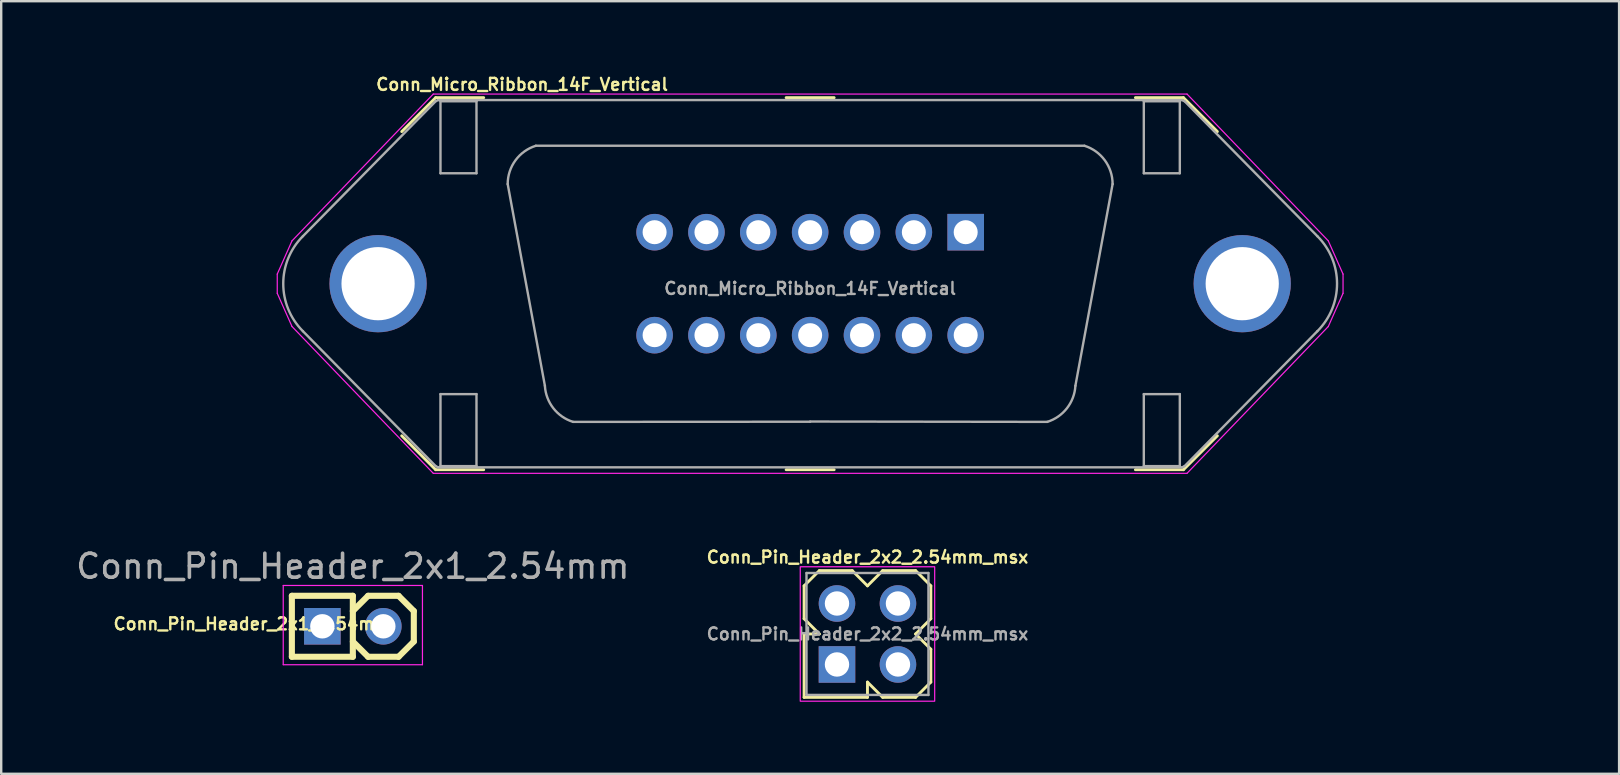
<source format=kicad_pcb>
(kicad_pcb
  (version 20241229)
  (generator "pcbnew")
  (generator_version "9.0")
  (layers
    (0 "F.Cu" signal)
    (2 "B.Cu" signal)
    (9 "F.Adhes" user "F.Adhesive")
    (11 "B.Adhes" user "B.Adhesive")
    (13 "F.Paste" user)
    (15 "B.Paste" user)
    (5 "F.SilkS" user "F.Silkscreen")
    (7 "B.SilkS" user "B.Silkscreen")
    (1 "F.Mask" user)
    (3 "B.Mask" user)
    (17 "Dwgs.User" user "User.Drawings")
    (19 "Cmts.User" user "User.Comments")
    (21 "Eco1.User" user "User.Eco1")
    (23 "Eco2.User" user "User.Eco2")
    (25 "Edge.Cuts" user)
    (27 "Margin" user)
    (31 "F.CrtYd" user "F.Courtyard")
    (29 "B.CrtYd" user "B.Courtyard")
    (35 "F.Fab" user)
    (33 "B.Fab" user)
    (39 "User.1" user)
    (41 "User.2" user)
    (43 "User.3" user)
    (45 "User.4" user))
  (footprint "Conn_Micro_Ribbon_14F_Vertical"
    (layer "F.Cu")
    (at 30.7 8.768)
    (property "Reference" "Conn_Micro_Ribbon_14F_Vertical" (at -12 -8.3 0) (layer "F.SilkS") (effects (font (size 0.5 0.5) (thickness 0.1))))
    (attr through_hole)
    (fp_line (start -15.6 -7.75) (end -17.014 -6.336) (stroke (width 0.12) (type solid)) (layer "F.SilkS"))
    (fp_line (start -15.6 -7.75) (end -13.6 -7.75) (stroke (width 0.12) (type solid)) (layer "F.SilkS"))
    (fp_line (start -15.6 7.75) (end -17.014 6.336) (stroke (width 0.12) (type solid)) (layer "F.SilkS"))
    (fp_line (start -15.6 7.75) (end -13.6 7.75) (stroke (width 0.12) (type solid)) (layer "F.SilkS"))
    (fp_line (start -1 -7.75) (end 1 -7.75) (stroke (width 0.12) (type solid)) (layer "F.SilkS"))
    (fp_line (start -1 7.75) (end 1 7.75) (stroke (width 0.12) (type solid)) (layer "F.SilkS"))
    (fp_line (start 15.55 -7.75) (end 13.55 -7.75) (stroke (width 0.12) (type solid)) (layer "F.SilkS"))
    (fp_line (start 15.55 -7.75) (end 16.964 -6.336) (stroke (width 0.12) (type solid)) (layer "F.SilkS"))
    (fp_line (start 15.55 7.75) (end 13.55 7.75) (stroke (width 0.12) (type solid)) (layer "F.SilkS"))
    (fp_line (start 15.55 7.75) (end 16.964 6.336) (stroke (width 0.12) (type solid)) (layer "F.SilkS"))
    (fp_line (start -30.65 -0.05) (end -25.35 -5.35) (stroke (width 0.1) (type solid)) (layer "Eco1.User"))
    (fp_line (start -30.65 0.05) (end -30.65 -0.05) (stroke (width 0.1) (type solid)) (layer "Eco1.User"))
    (fp_line (start -30.65 0.05) (end -25.35 5.35) (stroke (width 0.1) (type solid)) (layer "Eco1.User"))
    (fp_line (start -30.45 -0.05) (end -30.375 -0.125) (stroke (width 0.1) (type solid)) (layer "Eco1.User"))
    (fp_line (start -30.45 0.05) (end -30.45 -0.05) (stroke (width 0.1) (type solid)) (layer "Eco1.User"))
    (fp_line (start -30.375 -0.125) (end -25.35 -5.15) (stroke (width 0.1) (type solid)) (layer "Eco1.User"))
    (fp_line (start -30.375 0.125) (end -30.45 0.05) (stroke (width 0.1) (type solid)) (layer "Eco1.User"))
    (fp_line (start -30.375 0.125) (end -25.35 5.15) (stroke (width 0.1) (type solid)) (layer "Eco1.User"))
    (fp_line (start -25.35 -5.35) (end -25.276 -5.374) (stroke (width 0.1) (type solid)) (layer "Eco1.User"))
    (fp_line (start -25.35 -5.15) (end -25.276 -5.174) (stroke (width 0.1) (type solid)) (layer "Eco1.User"))
    (fp_line (start -25.35 5.15) (end -25.276 5.174) (stroke (width 0.1) (type solid)) (layer "Eco1.User"))
    (fp_line (start -25.35 5.35) (end -25.276 5.374) (stroke (width 0.1) (type solid)) (layer "Eco1.User"))
    (fp_line (start -25.276 -5.374) (end -25.176 -5.374) (stroke (width 0.1) (type solid)) (layer "Eco1.User"))
    (fp_line (start -25.276 -5.174) (end -25.176 -5.174) (stroke (width 0.1) (type solid)) (layer "Eco1.User"))
    (fp_line (start -25.276 5.174) (end -25.176 5.174) (stroke (width 0.1) (type solid)) (layer "Eco1.User"))
    (fp_line (start -25.276 5.374) (end -25.176 5.374) (stroke (width 0.1) (type solid)) (layer "Eco1.User"))
    (fp_line (start -25.176 -5.374) (end -25.1 -5.35) (stroke (width 0.1) (type solid)) (layer "Eco1.User"))
    (fp_line (start -25.176 -5.174) (end -25.1 -5.15) (stroke (width 0.1) (type solid)) (layer "Eco1.User"))
    (fp_line (start -25.176 5.174) (end -25.1 5.15) (stroke (width 0.1) (type solid)) (layer "Eco1.User"))
    (fp_line (start -25.176 5.374) (end -25.1 5.35) (stroke (width 0.1) (type solid)) (layer "Eco1.User"))
    (fp_line (start -22.2 -2.45) (end -25.1 -5.35) (stroke (width 0.1) (type solid)) (layer "Eco1.User"))
    (fp_line (start -22.2 -2.45) (end -22.1 -2.392) (stroke (width 0.1) (type solid)) (layer "Eco1.User"))
    (fp_line (start -22.2 2.45) (end -25.1 5.35) (stroke (width 0.1) (type solid)) (layer "Eco1.User"))
    (fp_line (start -22.2 2.45) (end -22.1 2.392) (stroke (width 0.1) (type solid)) (layer "Eco1.User"))
    (fp_line (start -22.176 -2.224) (end -25.1 -5.15) (stroke (width 0.1) (type solid)) (layer "Eco1.User"))
    (fp_line (start -22.176 2.224) (end -25.1 5.15) (stroke (width 0.1) (type solid)) (layer "Eco1.User"))
    (fp_line (start -22.1 -2.392) (end -22 -2.392) (stroke (width 0.1) (type solid)) (layer "Eco1.User"))
    (fp_line (start -22.1 -2.2) (end -22.176 -2.224) (stroke (width 0.1) (type solid)) (layer "Eco1.User"))
    (fp_line (start -22.1 -2.2) (end -22 -2.2) (stroke (width 0.1) (type solid)) (layer "Eco1.User"))
    (fp_line (start -22.1 2.2) (end -22.176 2.224) (stroke (width 0.1) (type solid)) (layer "Eco1.User"))
    (fp_line (start -22.1 2.2) (end -22 2.2) (stroke (width 0.1) (type solid)) (layer "Eco1.User"))
    (fp_line (start -22.1 2.392) (end -22 2.392) (stroke (width 0.1) (type solid)) (layer "Eco1.User"))
    (fp_line (start -22 -2.392) (end -21.9 -2.408) (stroke (width 0.1) (type solid)) (layer "Eco1.User"))
    (fp_line (start -22 -2.2) (end -21.85 -2.25) (stroke (width 0.1) (type solid)) (layer "Eco1.User"))
    (fp_line (start -22 2.2) (end -21.85 2.25) (stroke (width 0.1) (type solid)) (layer "Eco1.User"))
    (fp_line (start -22 2.392) (end -21.9 2.408) (stroke (width 0.1) (type solid)) (layer "Eco1.User"))
    (fp_line (start -14.75 -4.6) (end -14.75 -4.35) (stroke (width 0.1) (type solid)) (layer "Eco1.User"))
    (fp_line (start -14.75 -4.35) (end -21.9 -2.408) (stroke (width 0.1) (type solid)) (layer "Eco1.User"))
    (fp_line (start -14.75 4.35) (end -21.9 2.408) (stroke (width 0.1) (type solid)) (layer "Eco1.User"))
    (fp_line (start -14.75 4.6) (end -14.75 4.35) (stroke (width 0.1) (type solid)) (layer "Eco1.User"))
    (fp_line (start -14.55 -4.6) (end -14.55 -4.25) (stroke (width 0.1) (type solid)) (layer "Eco1.User"))
    (fp_line (start -14.55 -4.25) (end -21.85 -2.25) (stroke (width 0.1) (type solid)) (layer "Eco1.User"))
    (fp_line (start -14.55 4.25) (end -21.85 2.25) (stroke (width 0.1) (type solid)) (layer "Eco1.User"))
    (fp_line (start -14.55 4.6) (end -14.55 4.25) (stroke (width 0.1) (type solid)) (layer "Eco1.User"))
    (fp_line (start 14.55 -4.6) (end 14.55 -4.25) (stroke (width 0.1) (type solid)) (layer "Eco1.User"))
    (fp_line (start 14.55 -4.25) (end 21.85 -2.25) (stroke (width 0.1) (type solid)) (layer "Eco1.User"))
    (fp_line (start 14.55 4.25) (end 21.85 2.25) (stroke (width 0.1) (type solid)) (layer "Eco1.User"))
    (fp_line (start 14.55 4.6) (end 14.55 4.25) (stroke (width 0.1) (type solid)) (layer "Eco1.User"))
    (fp_line (start 14.75 -4.6) (end 14.75 -4.35) (stroke (width 0.1) (type solid)) (layer "Eco1.User"))
    (fp_line (start 14.75 -4.35) (end 21.9 -2.408) (stroke (width 0.1) (type solid)) (layer "Eco1.User"))
    (fp_line (start 14.75 4.35) (end 21.9 2.408) (stroke (width 0.1) (type solid)) (layer "Eco1.User"))
    (fp_line (start 14.75 4.6) (end 14.75 4.35) (stroke (width 0.1) (type solid)) (layer "Eco1.User"))
    (fp_line (start 22 -2.392) (end 21.9 -2.408) (stroke (width 0.1) (type solid)) (layer "Eco1.User"))
    (fp_line (start 22 -2.2) (end 21.85 -2.25) (stroke (width 0.1) (type solid)) (layer "Eco1.User"))
    (fp_line (start 22 2.2) (end 21.85 2.25) (stroke (width 0.1) (type solid)) (layer "Eco1.User"))
    (fp_line (start 22 2.392) (end 21.9 2.408) (stroke (width 0.1) (type solid)) (layer "Eco1.User"))
    (fp_line (start 22.1 -2.392) (end 22 -2.392) (stroke (width 0.1) (type solid)) (layer "Eco1.User"))
    (fp_line (start 22.1 -2.2) (end 22 -2.2) (stroke (width 0.1) (type solid)) (layer "Eco1.User"))
    (fp_line (start 22.1 -2.2) (end 22.176 -2.224) (stroke (width 0.1) (type solid)) (layer "Eco1.User"))
    (fp_line (start 22.1 2.2) (end 22 2.2) (stroke (width 0.1) (type solid)) (layer "Eco1.User"))
    (fp_line (start 22.1 2.2) (end 22.176 2.224) (stroke (width 0.1) (type solid)) (layer "Eco1.User"))
    (fp_line (start 22.1 2.392) (end 22 2.392) (stroke (width 0.1) (type solid)) (layer "Eco1.User"))
    (fp_line (start 22.176 -2.224) (end 25.1 -5.15) (stroke (width 0.1) (type solid)) (layer "Eco1.User"))
    (fp_line (start 22.176 2.224) (end 25.1 5.15) (stroke (width 0.1) (type solid)) (layer "Eco1.User"))
    (fp_line (start 22.2 -2.45) (end 22.1 -2.392) (stroke (width 0.1) (type solid)) (layer "Eco1.User"))
    (fp_line (start 22.2 -2.45) (end 25.1 -5.35) (stroke (width 0.1) (type solid)) (layer "Eco1.User"))
    (fp_line (start 22.2 2.45) (end 22.1 2.392) (stroke (width 0.1) (type solid)) (layer "Eco1.User"))
    (fp_line (start 22.2 2.45) (end 25.1 5.35) (stroke (width 0.1) (type solid)) (layer "Eco1.User"))
    (fp_line (start 25.176 -5.374) (end 25.1 -5.35) (stroke (width 0.1) (type solid)) (layer "Eco1.User"))
    (fp_line (start 25.176 -5.174) (end 25.1 -5.15) (stroke (width 0.1) (type solid)) (layer "Eco1.User"))
    (fp_line (start 25.176 5.174) (end 25.1 5.15) (stroke (width 0.1) (type solid)) (layer "Eco1.User"))
    (fp_line (start 25.176 5.374) (end 25.1 5.35) (stroke (width 0.1) (type solid)) (layer "Eco1.User"))
    (fp_line (start 25.276 -5.374) (end 25.176 -5.374) (stroke (width 0.1) (type solid)) (layer "Eco1.User"))
    (fp_line (start 25.276 -5.174) (end 25.176 -5.174) (stroke (width 0.1) (type solid)) (layer "Eco1.User"))
    (fp_line (start 25.276 5.174) (end 25.176 5.174) (stroke (width 0.1) (type solid)) (layer "Eco1.User"))
    (fp_line (start 25.276 5.374) (end 25.176 5.374) (stroke (width 0.1) (type solid)) (layer "Eco1.User"))
    (fp_line (start 25.35 -5.35) (end 25.276 -5.374) (stroke (width 0.1) (type solid)) (layer "Eco1.User"))
    (fp_line (start 25.35 -5.15) (end 25.276 -5.174) (stroke (width 0.1) (type solid)) (layer "Eco1.User"))
    (fp_line (start 25.35 5.15) (end 25.276 5.174) (stroke (width 0.1) (type solid)) (layer "Eco1.User"))
    (fp_line (start 25.35 5.35) (end 25.276 5.374) (stroke (width 0.1) (type solid)) (layer "Eco1.User"))
    (fp_line (start 30.375 -0.125) (end 25.35 -5.15) (stroke (width 0.1) (type solid)) (layer "Eco1.User"))
    (fp_line (start 30.375 0.125) (end 25.35 5.15) (stroke (width 0.1) (type solid)) (layer "Eco1.User"))
    (fp_line (start 30.375 0.125) (end 30.45 0.05) (stroke (width 0.1) (type solid)) (layer "Eco1.User"))
    (fp_line (start 30.45 -0.05) (end 30.375 -0.125) (stroke (width 0.1) (type solid)) (layer "Eco1.User"))
    (fp_line (start 30.45 0.05) (end 30.45 -0.05) (stroke (width 0.1) (type solid)) (layer "Eco1.User"))
    (fp_line (start 30.65 -0.05) (end 25.35 -5.35) (stroke (width 0.1) (type solid)) (layer "Eco1.User"))
    (fp_line (start 30.65 0.05) (end 25.35 5.35) (stroke (width 0.1) (type solid)) (layer "Eco1.User"))
    (fp_line (start 30.65 0.05) (end 30.65 -0.05) (stroke (width 0.1) (type solid)) (layer "Eco1.User"))
    (fp_line (start -22.2 0.4) (end -22.2 -0.4) (stroke (width 0.05) (type solid)) (layer "F.CrtYd"))
    (fp_line (start -21.585 -1.785) (end -22.2 -0.4) (stroke (width 0.05) (type solid)) (layer "F.CrtYd"))
    (fp_line (start -21.585 -1.785) (end -15.7 -7.9) (stroke (width 0.05) (type solid)) (layer "F.CrtYd"))
    (fp_line (start -21.585 1.785) (end -22.2 0.4) (stroke (width 0.05) (type solid)) (layer "F.CrtYd"))
    (fp_line (start -21.585 1.785) (end -15.7 7.9) (stroke (width 0.05) (type solid)) (layer "F.CrtYd"))
    (fp_line (start -15.7 -7.9) (end 15.7 -7.9) (stroke (width 0.05) (type solid)) (layer "F.CrtYd"))
    (fp_line (start -15.7 7.9) (end 15.7 7.9) (stroke (width 0.05) (type solid)) (layer "F.CrtYd"))
    (fp_line (start 21.585 -1.785) (end 15.7 -7.9) (stroke (width 0.05) (type solid)) (layer "F.CrtYd"))
    (fp_line (start 21.585 -1.785) (end 22.2 -0.4) (stroke (width 0.05) (type solid)) (layer "F.CrtYd"))
    (fp_line (start 21.585 1.785) (end 15.7 7.9) (stroke (width 0.05) (type solid)) (layer "F.CrtYd"))
    (fp_line (start 21.585 1.785) (end 22.2 0.4) (stroke (width 0.05) (type solid)) (layer "F.CrtYd"))
    (fp_line (start 22.2 0.4) (end 22.2 -0.4) (stroke (width 0.05) (type solid)) (layer "F.CrtYd"))
    (fp_line (start -21.13 -1.98) (end -15.6 -7.6) (stroke (width 0.1) (type solid)) (layer "F.Fab"))
    (fp_line (start -21.13 1.98) (end -15.6 7.6) (stroke (width 0.1) (type solid)) (layer "F.Fab"))
    (fp_line (start -15.6 -7.6) (end -15.5 -7.65) (stroke (width 0.1) (type solid)) (layer "F.Fab"))
    (fp_line (start -15.6 7.6) (end -15.5 7.65) (stroke (width 0.1) (type solid)) (layer "F.Fab"))
    (fp_line (start -15.5 -7.65) (end 15.5 -7.65) (stroke (width 0.1) (type solid)) (layer "F.Fab"))
    (fp_line (start -15.5 7.65) (end 15.5 7.65) (stroke (width 0.1) (type solid)) (layer "F.Fab"))
    (fp_line (start -15.4 -7.6) (end -15.4 -4.6) (stroke (width 0.1) (type solid)) (layer "F.Fab"))
    (fp_line (start -15.4 7.6) (end -15.4 4.6) (stroke (width 0.1) (type solid)) (layer "F.Fab"))
    (fp_line (start -13.9 -7.6) (end -15.4 -7.6) (stroke (width 0.1) (type solid)) (layer "F.Fab"))
    (fp_line (start -13.9 -7.6) (end -13.9 -4.6) (stroke (width 0.1) (type solid)) (layer "F.Fab"))
    (fp_line (start -13.9 -4.6) (end -15.4 -4.6) (stroke (width 0.1) (type solid)) (layer "F.Fab"))
    (fp_line (start -13.9 4.6) (end -15.4 4.6) (stroke (width 0.1) (type solid)) (layer "F.Fab"))
    (fp_line (start -13.9 7.6) (end -15.4 7.6) (stroke (width 0.1) (type solid)) (layer "F.Fab"))
    (fp_line (start -13.9 7.6) (end -13.9 4.6) (stroke (width 0.1) (type solid)) (layer "F.Fab"))
    (fp_line (start -11.428 -5.746) (end 11.428 -5.746) (stroke (width 0.1) (type solid)) (layer "F.Fab"))
    (fp_line (start -11.05 4.254) (end -12.6 -4.15) (stroke (width 0.1) (type solid)) (layer "F.Fab"))
    (fp_line (start 0 5.743) (end 9.879 5.757) (stroke (width 0.1) (type solid)) (layer "F.Fab"))
    (fp_line (start 0 5.751) (end -9.879 5.757) (stroke (width 0.1) (type solid)) (layer "F.Fab"))
    (fp_line (start 11.05 4.254) (end 12.6 -4.15) (stroke (width 0.1) (type solid)) (layer "F.Fab"))
    (fp_line (start 13.9 -7.6) (end 13.9 -4.6) (stroke (width 0.1) (type solid)) (layer "F.Fab"))
    (fp_line (start 13.9 -7.6) (end 15.4 -7.6) (stroke (width 0.1) (type solid)) (layer "F.Fab"))
    (fp_line (start 13.9 -4.6) (end 15.4 -4.6) (stroke (width 0.1) (type solid)) (layer "F.Fab"))
    (fp_line (start 13.9 4.6) (end 15.4 4.6) (stroke (width 0.1) (type solid)) (layer "F.Fab"))
    (fp_line (start 13.9 7.6) (end 13.9 4.6) (stroke (width 0.1) (type solid)) (layer "F.Fab"))
    (fp_line (start 13.9 7.6) (end 15.4 7.6) (stroke (width 0.1) (type solid)) (layer "F.Fab"))
    (fp_line (start 15.4 -7.6) (end 15.4 -4.6) (stroke (width 0.1) (type solid)) (layer "F.Fab"))
    (fp_line (start 15.4 7.6) (end 15.4 4.6) (stroke (width 0.1) (type solid)) (layer "F.Fab"))
    (fp_line (start 15.6 -7.6) (end 15.5 -7.65) (stroke (width 0.1) (type solid)) (layer "F.Fab"))
    (fp_line (start 15.6 7.6) (end 15.5 7.65) (stroke (width 0.1) (type solid)) (layer "F.Fab"))
    (fp_line (start 21.13 -1.98) (end 15.6 -7.6) (stroke (width 0.1) (type solid)) (layer "F.Fab"))
    (fp_line (start 21.13 1.98) (end 15.6 7.6) (stroke (width 0.1) (type solid)) (layer "F.Fab"))
    (fp_arc (start -21.129899 1.979899) (mid -21.95 0) (end -21.129899 -1.979899) (stroke (width 0.1) (type solid)) (layer "F.Fab"))
    (fp_arc (start -12.6 -4.15) (mid -12.275468 -5.139907) (end -11.427855 -5.745537) (stroke (width 0.1) (type solid)) (layer "F.Fab"))
    (fp_arc (start -9.878815 5.756603) (mid -10.698969 5.188094) (end -11.050145 4.254) (stroke (width 0.1) (type solid)) (layer "F.Fab"))
    (fp_arc (start 11.050145 4.254) (mid 10.698968 5.188092) (end 9.878815 5.756603) (stroke (width 0.1) (type solid)) (layer "F.Fab"))
    (fp_arc (start 11.427855 -5.745537) (mid 12.27547 -5.139908) (end 12.6 -4.15) (stroke (width 0.1) (type solid)) (layer "F.Fab"))
    (fp_arc (start 21.129899 -1.979899) (mid 21.95 0) (end 21.129899 1.979899) (stroke (width 0.1) (type solid)) (layer "F.Fab"))
    (fp_text user "${REFERENCE}" (at 0 0.2 0) (layer "F.Fab") (effects (font (size 0.5 0.5) (thickness 0.1))))
    (pad "1" thru_hole rect (at 6.48 -2.145) (size 1.524 1.524) (drill 1) (layers "*.Cu" "*.Mask"))
    (pad "2" thru_hole circle (at 4.32 -2.145) (size 1.524 1.524) (drill 1) (layers "*.Cu" "*.Mask"))
    (pad "3" thru_hole circle (at 2.16 -2.145) (size 1.524 1.524) (drill 1) (layers "*.Cu" "*.Mask"))
    (pad "4" thru_hole circle (at 0 -2.145) (size 1.524 1.524) (drill 1) (layers "*.Cu" "*.Mask"))
    (pad "5" thru_hole circle (at -2.16 -2.145) (size 1.524 1.524) (drill 1) (layers "*.Cu" "*.Mask"))
    (pad "6" thru_hole circle (at -4.32 -2.145) (size 1.524 1.524) (drill 1) (layers "*.Cu" "*.Mask"))
    (pad "7" thru_hole circle (at -6.48 -2.145) (size 1.524 1.524) (drill 1) (layers "*.Cu" "*.Mask"))
    (pad "8" thru_hole circle (at 6.48 2.145) (size 1.524 1.524) (drill 1) (layers "*.Cu" "*.Mask"))
    (pad "9" thru_hole circle (at 4.32 2.145) (size 1.524 1.524) (drill 1) (layers "*.Cu" "*.Mask"))
    (pad "10" thru_hole circle (at 2.16 2.145) (size 1.524 1.524) (drill 1) (layers "*.Cu" "*.Mask"))
    (pad "11" thru_hole circle (at 0 2.145) (size 1.524 1.524) (drill 1) (layers "*.Cu" "*.Mask"))
    (pad "12" thru_hole circle (at -2.16 2.145) (size 1.524 1.524) (drill 1) (layers "*.Cu" "*.Mask"))
    (pad "13" thru_hole circle (at -4.32 2.145) (size 1.524 1.524) (drill 1) (layers "*.Cu" "*.Mask"))
    (pad "14" thru_hole circle (at -6.48 2.145) (size 1.524 1.524) (drill 1) (layers "*.Cu" "*.Mask"))
    (pad "15" thru_hole circle (at -18 0) (size 4.05 4.05) (drill 3.05) (layers "*.Cu" "*.Mask"))
    (pad "16" thru_hole circle (at 18 0) (size 4.05 4.05) (drill 3.05) (layers "*.Cu" "*.Mask")))
  (footprint "Conn_Pin_Header_2x1_2.54mm"
    (layer "F.Cu")
    (at 11.649 23.041)
    (property "Reference" "Conn_Pin_Header_2x1_2.54mm" (at -4.2 -0.1 0) (layer "F.SilkS") (effects (font (size 0.5 0.5) (thickness 0.1))))
    (attr through_hole)
    (fp_line (start -2.54 -1.27) (end 0 -1.27) (stroke (width 0.254) (type solid)) (layer "F.SilkS"))
    (fp_line (start -2.54 1.27) (end -2.54 -1.27) (stroke (width 0.254) (type solid)) (layer "F.SilkS"))
    (fp_line (start 0 -0.635) (end 0.635 -1.27) (stroke (width 0.254) (type solid)) (layer "F.SilkS"))
    (fp_line (start 0 1.27) (end -2.54 1.27) (stroke (width 0.254) (type solid)) (layer "F.SilkS"))
    (fp_line (start 0 1.27) (end 0 -1.27) (stroke (width 0.254) (type solid)) (layer "F.SilkS"))
    (fp_line (start 0.635 -1.27) (end 1.905 -1.27) (stroke (width 0.254) (type solid)) (layer "F.SilkS"))
    (fp_line (start 0.635 1.27) (end 0 0.635) (stroke (width 0.254) (type solid)) (layer "F.SilkS"))
    (fp_line (start 1.905 -1.27) (end 2.54 -0.635) (stroke (width 0.254) (type solid)) (layer "F.SilkS"))
    (fp_line (start 1.905 1.27) (end 0.635 1.27) (stroke (width 0.254) (type solid)) (layer "F.SilkS"))
    (fp_line (start 2.54 -0.635) (end 2.54 0.635) (stroke (width 0.254) (type solid)) (layer "F.SilkS"))
    (fp_line (start 2.54 0.635) (end 1.905 1.27) (stroke (width 0.254) (type solid)) (layer "F.SilkS"))
    (fp_line (start -2.9 -1.7) (end -2.9 1.6) (stroke (width 0.05) (type solid)) (layer "F.CrtYd"))
    (fp_line (start -2.9 1.6) (end 2.9 1.6) (stroke (width 0.05) (type solid)) (layer "F.CrtYd"))
    (fp_line (start 2.9 -1.7) (end -2.9 -1.7) (stroke (width 0.05) (type solid)) (layer "F.CrtYd"))
    (fp_line (start 2.9 1.6) (end 2.9 -1.7) (stroke (width 0.05) (type solid)) (layer "F.CrtYd"))
    (fp_text user "${REFERENCE}" (at 0 -2.5 0) (layer "F.Fab") (effects (font (size 1 1) (thickness 0.15))))
    (pad "1" thru_hole rect (at -1.27 0) (size 1.524 1.524) (drill 1.016) (layers "*.Cu" "*.Mask"))
    (pad "2" thru_hole circle (at 1.27 0) (size 1.524 1.524) (drill 1.016) (layers "*.Cu" "*.Mask")))
  (footprint "Conn_Pin_Header_2x2_2.54mm_msx"
    (layer "F.Cu")
    (at 33.088 23.361)
    (property "Reference" "Conn_Pin_Header_2x2_2.54mm_msx" (at 0 -3.2 180) (layer "F.SilkS") (effects (font (size 0.5 0.5) (thickness 0.1))))
    (attr through_hole)
    (fp_line (start -2.64 -2.005) (end -2.005 -2.64) (stroke (width 0.12) (type solid)) (layer "F.SilkS"))
    (fp_line (start -2.64 -0.635) (end -2.64 -2.005) (stroke (width 0.12) (type solid)) (layer "F.SilkS"))
    (fp_line (start -2.64 0) (end -2.005 0) (stroke (width 0.12) (type solid)) (layer "F.SilkS"))
    (fp_line (start -2.64 2.64) (end -2.64 0) (stroke (width 0.12) (type solid)) (layer "F.SilkS"))
    (fp_line (start -2.005 -2.64) (end -0.635 -2.64) (stroke (width 0.12) (type solid)) (layer "F.SilkS"))
    (fp_line (start -2.005 0) (end -2.64 -0.635) (stroke (width 0.12) (type solid)) (layer "F.SilkS"))
    (fp_line (start -0.635 -2.64) (end 0 -2.005) (stroke (width 0.12) (type solid)) (layer "F.SilkS"))
    (fp_line (start 0 -2.005) (end 0.635 -2.64) (stroke (width 0.12) (type solid)) (layer "F.SilkS"))
    (fp_line (start 0 2.64) (end -2.64 2.64) (stroke (width 0.12) (type solid)) (layer "F.SilkS"))
    (fp_line (start 0 2.64) (end 0 2.005) (stroke (width 0.12) (type solid)) (layer "F.SilkS"))
    (fp_line (start 0.635 -2.64) (end 2.005 -2.64) (stroke (width 0.12) (type solid)) (layer "F.SilkS"))
    (fp_line (start 0.635 2.64) (end 0 2.005) (stroke (width 0.12) (type solid)) (layer "F.SilkS"))
    (fp_line (start 2.005 -2.64) (end 2.64 -2.005) (stroke (width 0.12) (type solid)) (layer "F.SilkS"))
    (fp_line (start 2.005 0) (end 2.64 -0.635) (stroke (width 0.12) (type solid)) (layer "F.SilkS"))
    (fp_line (start 2.005 2.64) (end 0.635 2.64) (stroke (width 0.12) (type solid)) (layer "F.SilkS"))
    (fp_line (start 2.64 -0.635) (end 2.64 -2.005) (stroke (width 0.12) (type solid)) (layer "F.SilkS"))
    (fp_line (start 2.64 0.635) (end 2.005 0) (stroke (width 0.12) (type solid)) (layer "F.SilkS"))
    (fp_line (start 2.64 2.005) (end 2.005 2.64) (stroke (width 0.12) (type solid)) (layer "F.SilkS"))
    (fp_line (start 2.64 2.005) (end 2.64 0.635) (stroke (width 0.12) (type solid)) (layer "F.SilkS"))
    (fp_rect (start -2.8 -2.8) (end 2.8 2.8) (stroke (width 0.05) (type solid)) (fill no) (layer "F.CrtYd"))
    (fp_line (start -2.54 -2.54) (end -2.54 2.54) (stroke (width 0.1) (type solid)) (layer "F.Fab"))
    (fp_line (start -2.54 -2.54) (end 2.54 -2.54) (stroke (width 0.1) (type solid)) (layer "F.Fab"))
    (fp_line (start 2.54 2.54) (end -2.54 2.54) (stroke (width 0.1) (type solid)) (layer "F.Fab"))
    (fp_line (start 2.54 2.54) (end 2.54 -2.54) (stroke (width 0.1) (type solid)) (layer "F.Fab"))
    (fp_text user "${REFERENCE}" (at 0 0 0) (layer "F.Fab") (effects (font (size 0.5 0.5) (thickness 0.1))))
    (pad "1" thru_hole rect (at -1.27 1.27) (size 1.524 1.524) (drill 1.016) (layers "*.Cu" "*.Mask"))
    (pad "2" thru_hole circle (at -1.27 -1.27) (size 1.524 1.524) (drill 1.016) (layers "*.Cu" "*.Mask"))
    (pad "3" thru_hole circle (at 1.27 1.27) (size 1.524 1.524) (drill 1.016) (layers "*.Cu" "*.Mask"))
    (pad "4" thru_hole circle (at 1.27 -1.27) (size 1.524 1.524) (drill 1.016) (layers "*.Cu" "*.Mask")))
  (gr_rect
    (start -3 -3)
    (end 64.4 29.186)
    (stroke (width 0.1) (type default))
    (fill no)
    (layer "Edge.Cuts")))
</source>
